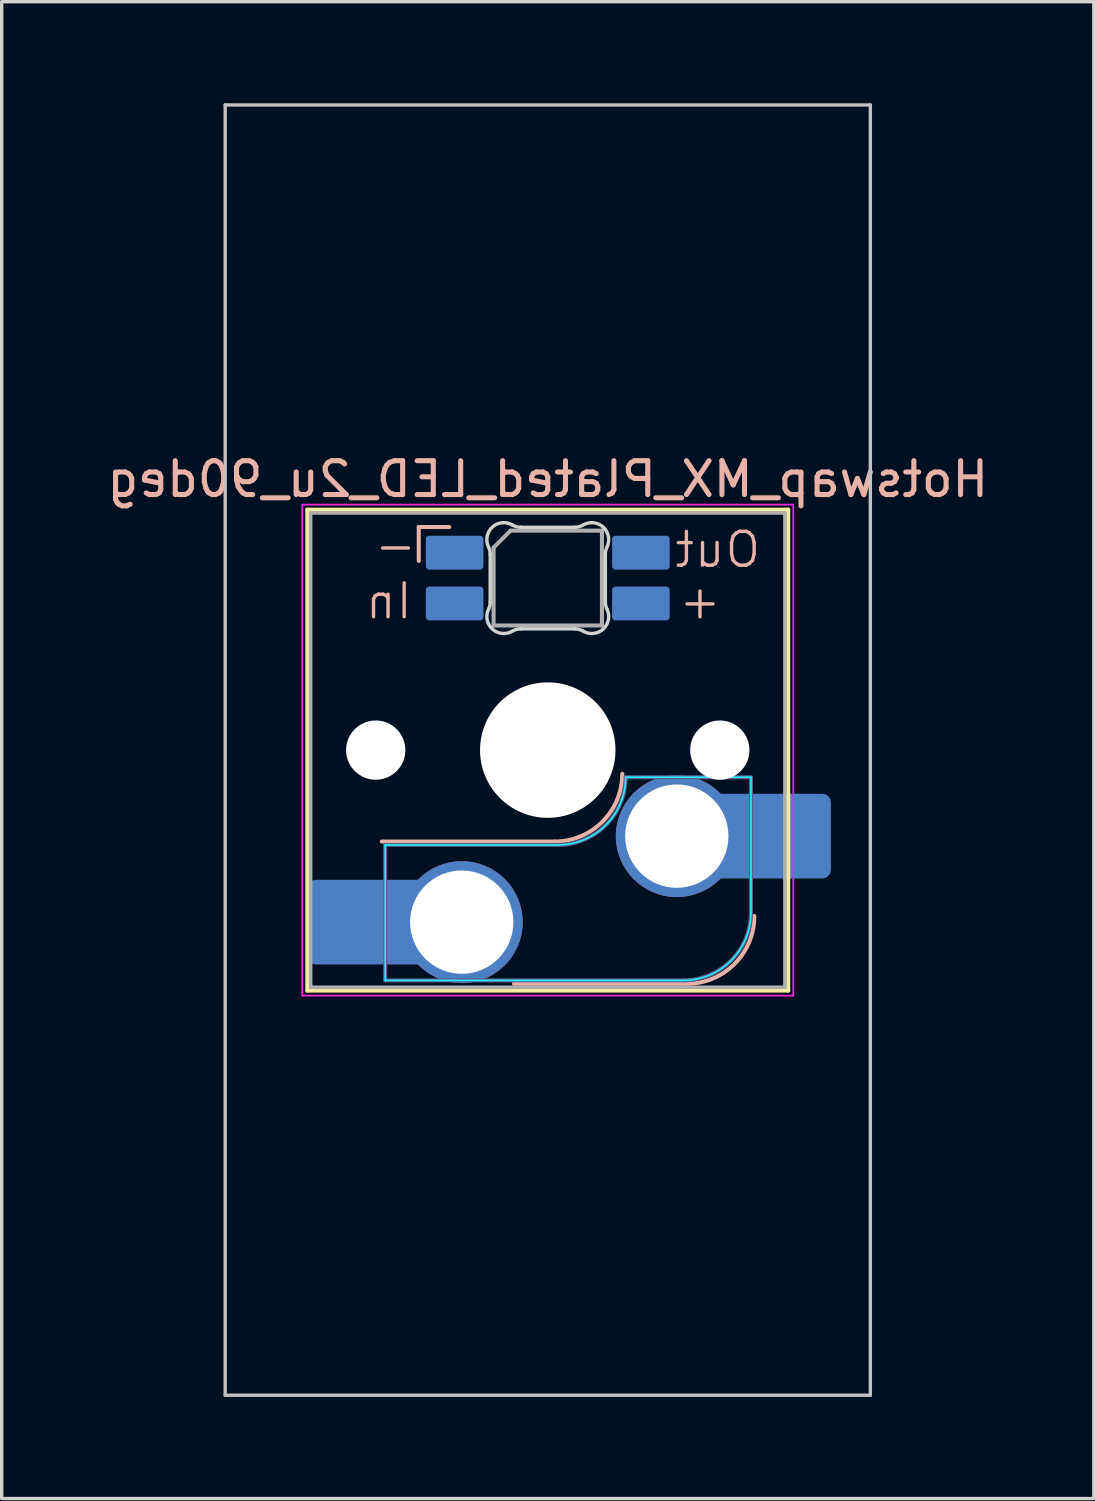
<source format=kicad_pcb>
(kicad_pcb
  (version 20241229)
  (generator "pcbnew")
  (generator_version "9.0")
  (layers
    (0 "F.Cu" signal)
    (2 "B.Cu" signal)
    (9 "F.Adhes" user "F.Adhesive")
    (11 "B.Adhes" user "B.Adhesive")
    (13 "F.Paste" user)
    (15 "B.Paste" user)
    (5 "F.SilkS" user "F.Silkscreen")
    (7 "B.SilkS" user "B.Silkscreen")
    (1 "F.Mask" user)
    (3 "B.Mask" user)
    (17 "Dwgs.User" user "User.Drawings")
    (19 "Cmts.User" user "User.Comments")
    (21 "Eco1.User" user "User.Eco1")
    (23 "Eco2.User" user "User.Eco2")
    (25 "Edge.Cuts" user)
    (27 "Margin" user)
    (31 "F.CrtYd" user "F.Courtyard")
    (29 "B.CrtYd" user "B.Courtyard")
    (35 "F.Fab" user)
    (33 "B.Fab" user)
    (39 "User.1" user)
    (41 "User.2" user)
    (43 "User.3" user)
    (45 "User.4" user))
  (footprint "Hotswap_MX_Plated_LED_2u_90deg"
    (layer "F.Cu")
    (at 13.125 19.1)
    (property "Reference" "Hotswap_MX_Plated_LED_2u_90deg" (at 0 -8.001 0) (layer "B.SilkS") (effects (font (size 1 1) (thickness 0.15)) (justify mirror)))
    (fp_line (start -7.1 -7.1) (end -7.1 7.1) (stroke (width 0.12) (type solid)) (layer "F.SilkS"))
    (fp_line (start -7.1 7.1) (end 7.1 7.1) (stroke (width 0.12) (type solid)) (layer "F.SilkS"))
    (fp_line (start 7.1 -7.1) (end -7.1 -7.1) (stroke (width 0.12) (type solid)) (layer "F.SilkS"))
    (fp_line (start 7.1 7.1) (end 7.1 -7.1) (stroke (width 0.12) (type solid)) (layer "F.SilkS"))
    (fp_line (start -3.81 -6.588) (end -2.91 -6.588) (stroke (width 0.12) (type solid)) (layer "B.SilkS"))
    (fp_line (start -3.81 -5.588) (end -3.81 -6.588) (stroke (width 0.12) (type solid)) (layer "B.SilkS"))
    (fp_line (start 0.2 2.7) (end -4.9 2.7) (stroke (width 0.12) (type solid)) (layer "B.SilkS"))
    (fp_line (start 4.1 6.9) (end -1 6.9) (stroke (width 0.12) (type solid)) (layer "B.SilkS"))
    (fp_arc (start 2.2 0.7) (mid 1.614214 2.114214) (end 0.2 2.7) (stroke (width 0.12) (type solid)) (layer "B.SilkS"))
    (fp_arc (start 6.1 4.9) (mid 5.514214 6.314214) (end 4.1 6.9) (stroke (width 0.12) (type solid)) (layer "B.SilkS"))
    (fp_line (start -9.525 -19.05) (end -9.525 19.05) (stroke (width 0.1) (type solid)) (layer "Dwgs.User"))
    (fp_line (start -9.525 19.05) (end 9.525 19.05) (stroke (width 0.1) (type solid)) (layer "Dwgs.User"))
    (fp_line (start 9.525 -19.05) (end -9.525 -19.05) (stroke (width 0.1) (type solid)) (layer "Dwgs.User"))
    (fp_line (start 9.525 19.05) (end 9.525 -19.05) (stroke (width 0.1) (type solid)) (layer "Dwgs.User"))
    (fp_line (start -0.25 -0.25) (end 0 0) (stroke (width 0.12) (type solid)) (layer "Cmts.User"))
    (fp_line (start 0 0) (end -0.25 0.25) (stroke (width 0.12) (type solid)) (layer "Cmts.User"))
    (fp_line (start 0 0) (end 0.25 0.25) (stroke (width 0.12) (type solid)) (layer "Cmts.User"))
    (fp_line (start 0.25 -0.25) (end 0 0) (stroke (width 0.12) (type solid)) (layer "Cmts.User"))
    (fp_line (start -7.8 -6) (end -7 -6) (stroke (width 0.1) (type solid)) (layer "Eco1.User"))
    (fp_line (start -7.8 -2.9) (end -7.8 -6) (stroke (width 0.1) (type solid)) (layer "Eco1.User"))
    (fp_line (start -7.8 2.9) (end -7 2.9) (stroke (width 0.1) (type solid)) (layer "Eco1.User"))
    (fp_line (start -7.8 6) (end -7.8 2.9) (stroke (width 0.1) (type solid)) (layer "Eco1.User"))
    (fp_line (start -7 -7) (end 7 -7) (stroke (width 0.1) (type solid)) (layer "Eco1.User"))
    (fp_line (start -7 -6) (end -7 -7) (stroke (width 0.1) (type solid)) (layer "Eco1.User"))
    (fp_line (start -7 -2.9) (end -7.8 -2.9) (stroke (width 0.1) (type solid)) (layer "Eco1.User"))
    (fp_line (start -7 2.9) (end -7 -2.9) (stroke (width 0.1) (type solid)) (layer "Eco1.User"))
    (fp_line (start -7 6) (end -7.8 6) (stroke (width 0.1) (type solid)) (layer "Eco1.User"))
    (fp_line (start -7 7) (end -7 6) (stroke (width 0.1) (type solid)) (layer "Eco1.User"))
    (fp_line (start 7 -7) (end 7 -6) (stroke (width 0.1) (type solid)) (layer "Eco1.User"))
    (fp_line (start 7 -6) (end 7.8 -6) (stroke (width 0.1) (type solid)) (layer "Eco1.User"))
    (fp_line (start 7 -2.9) (end 7 2.9) (stroke (width 0.1) (type solid)) (layer "Eco1.User"))
    (fp_line (start 7 2.9) (end 7.8 2.9) (stroke (width 0.1) (type solid)) (layer "Eco1.User"))
    (fp_line (start 7 6) (end 7 7) (stroke (width 0.1) (type solid)) (layer "Eco1.User"))
    (fp_line (start 7 7) (end -7 7) (stroke (width 0.1) (type solid)) (layer "Eco1.User"))
    (fp_line (start 7.8 -6) (end 7.8 -2.9) (stroke (width 0.1) (type solid)) (layer "Eco1.User"))
    (fp_line (start 7.8 -2.9) (end 7 -2.9) (stroke (width 0.1) (type solid)) (layer "Eco1.User"))
    (fp_line (start 7.8 2.9) (end 7.8 6) (stroke (width 0.1) (type solid)) (layer "Eco1.User"))
    (fp_line (start 7.8 6) (end 7 6) (stroke (width 0.1) (type solid)) (layer "Eco1.User"))
    (fp_line (start -1.7 -5.783) (end -1.7 -4.377) (stroke (width 0.1) (type solid)) (layer "Edge.Cuts"))
    (fp_line (start -0.794 -3.58) (end 0.794 -3.58) (stroke (width 0.1) (type solid)) (layer "Edge.Cuts"))
    (fp_line (start 0.794 -6.58) (end -0.794 -6.58) (stroke (width 0.1) (type solid)) (layer "Edge.Cuts"))
    (fp_line (start 1.7 -4.377) (end 1.7 -5.783) (stroke (width 0.1) (type solid)) (layer "Edge.Cuts"))
    (fp_arc (start -1.749484 -5.999721) (mid -1.712518 -5.894071) (end -1.699999 -5.782844) (stroke (width 0.1) (type solid)) (layer "Edge.Cuts"))
    (fp_arc (start -1.749484 -5.999721) (mid -1.638071 -6.584035) (end -1.046711 -6.648299) (stroke (width 0.1) (type solid)) (layer "Edge.Cuts"))
    (fp_arc (start -1.699999 -4.377159) (mid -1.712528 -4.265933) (end -1.749484 -4.160281) (stroke (width 0.1) (type solid)) (layer "Edge.Cuts"))
    (fp_arc (start -1.046711 -3.511702) (mid -1.638072 -3.575966) (end -1.749484 -4.160282) (stroke (width 0.1) (type solid)) (layer "Edge.Cuts"))
    (fp_arc (start -1.046711 -3.511702) (mid -0.925123 -3.562624) (end -0.794452 -3.580001) (stroke (width 0.1) (type solid)) (layer "Edge.Cuts"))
    (fp_arc (start -0.794453 -6.58) (mid -0.925123 -6.597377) (end -1.046711 -6.648299) (stroke (width 0.1) (type solid)) (layer "Edge.Cuts"))
    (fp_arc (start 0.794452 -3.580001) (mid 0.925122 -3.562624) (end 1.04671 -3.511702) (stroke (width 0.1) (type solid)) (layer "Edge.Cuts"))
    (fp_arc (start 1.046711 -6.6483) (mid 0.925123 -6.597378) (end 0.794453 -6.580001) (stroke (width 0.1) (type solid)) (layer "Edge.Cuts"))
    (fp_arc (start 1.046711 -6.6483) (mid 1.638072 -6.584036) (end 1.749484 -5.999721) (stroke (width 0.1) (type solid)) (layer "Edge.Cuts"))
    (fp_arc (start 1.699999 -5.782843) (mid 1.712528 -5.894069) (end 1.749484 -5.999721) (stroke (width 0.1) (type solid)) (layer "Edge.Cuts"))
    (fp_arc (start 1.749484 -4.160281) (mid 1.63807 -3.575967) (end 1.046711 -3.511704) (stroke (width 0.1) (type solid)) (layer "Edge.Cuts"))
    (fp_arc (start 1.749484 -4.160281) (mid 1.712519 -4.265931) (end 1.699999 -4.377158) (stroke (width 0.1) (type solid)) (layer "Edge.Cuts"))
    (fp_line (start -4.8 6.8) (end -4.8 2.8) (stroke (width 0.05) (type solid)) (layer "B.CrtYd"))
    (fp_line (start 0.3 2.8) (end -4.8 2.8) (stroke (width 0.05) (type solid)) (layer "B.CrtYd"))
    (fp_line (start 4 6.8) (end -4.8 6.8) (stroke (width 0.05) (type solid)) (layer "B.CrtYd"))
    (fp_line (start 6 0.8) (end 2.3 0.8) (stroke (width 0.05) (type solid)) (layer "B.CrtYd"))
    (fp_line (start 6 0.8) (end 6 4.8) (stroke (width 0.05) (type solid)) (layer "B.CrtYd"))
    (fp_arc (start 2.3 0.8) (mid 1.714214 2.214214) (end 0.3 2.8) (stroke (width 0.05) (type solid)) (layer "B.CrtYd"))
    (fp_arc (start 6 4.8) (mid 5.414214 6.214214) (end 4 6.8) (stroke (width 0.05) (type solid)) (layer "B.CrtYd"))
    (fp_line (start -7.25 -7.25) (end -7.25 7.25) (stroke (width 0.05) (type solid)) (layer "F.CrtYd"))
    (fp_line (start -7.25 7.25) (end 7.25 7.25) (stroke (width 0.05) (type solid)) (layer "F.CrtYd"))
    (fp_line (start 7.25 -7.25) (end -7.25 -7.25) (stroke (width 0.05) (type solid)) (layer "F.CrtYd"))
    (fp_line (start 7.25 7.25) (end 7.25 -7.25) (stroke (width 0.05) (type solid)) (layer "F.CrtYd"))
    (fp_line (start -4.8 6.8) (end -4.8 2.8) (stroke (width 0.12) (type solid)) (layer "B.Fab"))
    (fp_line (start 0.3 2.8) (end -4.8 2.8) (stroke (width 0.12) (type solid)) (layer "B.Fab"))
    (fp_line (start 4 6.8) (end -4.8 6.8) (stroke (width 0.12) (type solid)) (layer "B.Fab"))
    (fp_line (start 6 0.8) (end 2.3 0.8) (stroke (width 0.12) (type solid)) (layer "B.Fab"))
    (fp_line (start 6 0.8) (end 6 4.8) (stroke (width 0.12) (type solid)) (layer "B.Fab"))
    (fp_arc (start 2.3 0.8) (mid 1.714214 2.214214) (end 0.3 2.8) (stroke (width 0.12) (type solid)) (layer "B.Fab"))
    (fp_arc (start 6 4.8) (mid 5.414214 6.214214) (end 4 6.8) (stroke (width 0.12) (type solid)) (layer "B.Fab"))
    (fp_line (start -7 -7) (end -7 7) (stroke (width 0.1) (type solid)) (layer "F.Fab"))
    (fp_line (start -7 7) (end 7 7) (stroke (width 0.1) (type solid)) (layer "F.Fab"))
    (fp_line (start -1.6 -5.98) (end -1.6 -3.68) (stroke (width 0.12) (type solid)) (layer "F.Fab"))
    (fp_line (start -1.6 -5.98) (end -1.1 -6.48) (stroke (width 0.12) (type solid)) (layer "F.Fab"))
    (fp_line (start -1.6 -3.68) (end 1.6 -3.68) (stroke (width 0.12) (type solid)) (layer "F.Fab"))
    (fp_line (start 1.6 -6.48) (end -1.1 -6.48) (stroke (width 0.12) (type solid)) (layer "F.Fab"))
    (fp_line (start 1.6 -6.48) (end 1.6 -3.68) (stroke (width 0.12) (type solid)) (layer "F.Fab"))
    (fp_line (start 7 -7) (end -7 -7) (stroke (width 0.1) (type solid)) (layer "F.Fab"))
    (fp_line (start 7 7) (end 7 -7) (stroke (width 0.1) (type solid)) (layer "F.Fab"))
    (fp_text user "In" (at -3.937 -3.81 0) (unlocked yes) (layer "B.SilkS") (effects (font (size 1 1) (thickness 0.1)) (justify left bottom mirror)))
    (fp_text user "Out" (at 6.35 -5.334 0) (unlocked yes) (layer "B.SilkS") (effects (font (size 1 1) (thickness 0.1)) (justify left bottom mirror)))
    (fp_text user "+" (at 3.81 -4.826 180) (unlocked yes) (layer "B.SilkS") (effects (font (size 1 1) (thickness 0.1)) (justify left bottom mirror)))
    (fp_text user "-" (at -3.81 -6.477 180) (unlocked yes) (layer "B.SilkS") (effects (font (size 1 1) (thickness 0.1)) (justify left bottom)))
    (pad "" smd roundrect (at -5.842 5.08 180) (size 2.55 2.5) (layers "B.Mask" "B.Paste") (roundrect_rratio 0.1))
    (pad "" np_thru_hole circle (at -5.08 0 180) (size 1.75 1.75) (drill 1.75) (layers "*.Cu" "*.Mask"))
    (pad "" np_thru_hole circle (at 0 0 180) (size 4 4) (drill 4) (layers "*.Cu" "*.Mask"))
    (pad "" np_thru_hole circle (at 5.08 0 180) (size 1.75 1.75) (drill 1.75) (layers "*.Cu" "*.Mask"))
    (pad "" smd roundrect (at 7.085 2.54 180) (size 2.55 2.5) (layers "B.Mask" "B.Paste") (roundrect_rratio 0.1))
    (pad "1" thru_hole circle (at 3.81 2.54 180) (size 3.6 3.6) (drill 3.05) (layers "*.Cu" "*.Mask"))
    (pad "1" smd roundrect (at 6.585 2.54 180) (size 3.55 2.5) (layers "B.Cu") (roundrect_rratio 0.1))
    (pad "2" smd roundrect (at -5.32 5.08 180) (size 3.55 2.5) (layers "B.Cu") (roundrect_rratio 0.1))
    (pad "2" thru_hole circle (at -2.54 5.08 270) (size 3.6 3.6) (drill 3.05) (layers "*.Cu" "*.Mask"))
    (pad "3" smd roundrect (at 2.75 -4.33 270) (size 1 1.7) (layers "B.Cu" "B.Mask" "B.Paste") (roundrect_rratio 0.1))
    (pad "4" smd roundrect (at 2.75 -5.83 270) (size 1 1.7) (layers "B.Cu" "B.Mask" "B.Paste") (roundrect_rratio 0.1))
    (pad "5" smd roundrect (at -2.75 -4.33 90) (size 1 1.7) (layers "B.Cu" "B.Mask" "B.Paste") (roundrect_rratio 0.1))
    (pad "6" smd roundrect (at -2.75 -5.83 90) (size 1 1.7) (layers "B.Cu" "B.Mask" "B.Paste") (roundrect_rratio 0.1)))
  (gr_rect
    (start -3 -3)
    (end 29.25 41.2)
    (stroke (width 0.1) (type default))
    (fill no)
    (layer "Edge.Cuts")))
</source>
